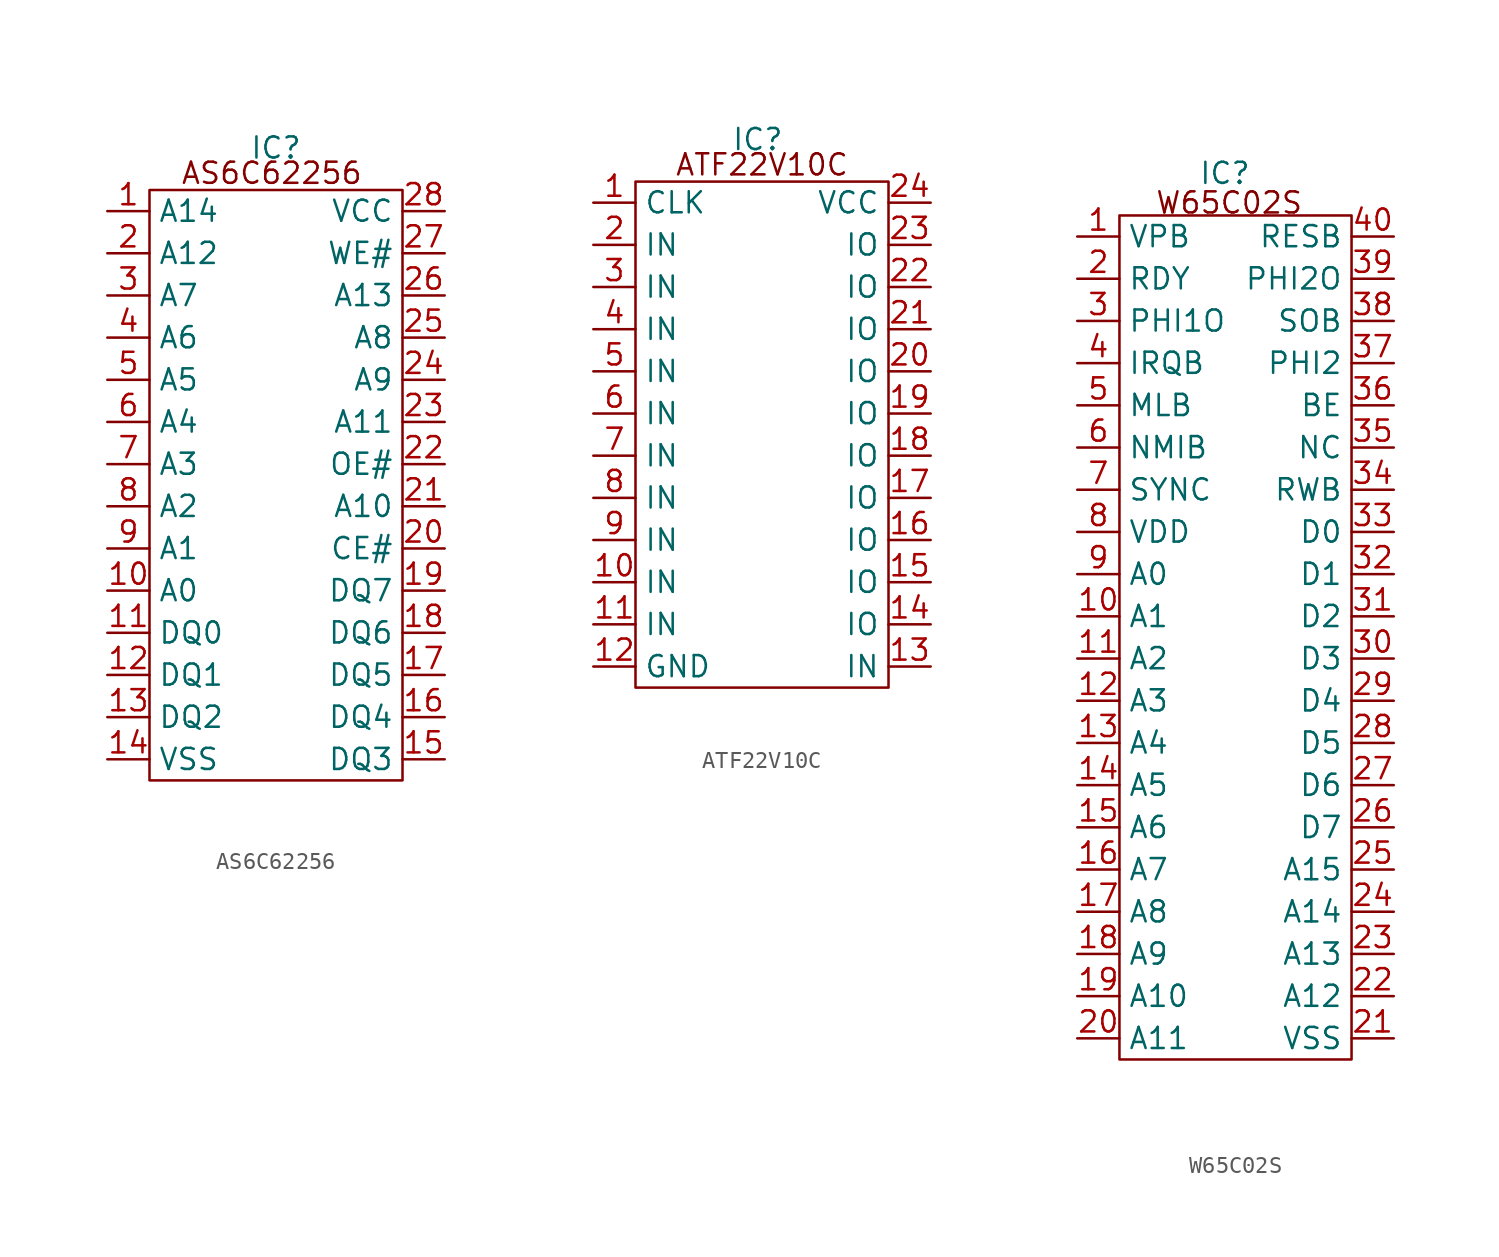
<source format=kicad_sym>
(kicad_symbol_lib
  (version 20241209)
  (generator "kicad_symbol_editor")
  (generator_version "9.0")
  (symbol "AS6C62256"
    (property "Reference" "IC"
      (at 0 0 0)
      (effects (font (size 1.27 1.27))))
    (property "Value" ""
      (at 0 0 0)
      (effects (font (size 1.27 1.27))))
    (symbol "AS6C62256_0_0"
      (pin unspecified line (at -10.16 -3.81 0) (length 2.54) (name "A14" (effects (font (size 1.27 1.27)))) (number "1" (effects (font (size 1.27 1.27)))))
      (pin unspecified line (at -10.16 -6.35 0) (length 2.54) (name "A12" (effects (font (size 1.27 1.27)))) (number "2" (effects (font (size 1.27 1.27)))))
      (pin unspecified line (at -10.16 -8.89 0) (length 2.54) (name "A7" (effects (font (size 1.27 1.27)))) (number "3" (effects (font (size 1.27 1.27)))))
      (pin unspecified line (at -10.16 -11.43 0) (length 2.54) (name "A6" (effects (font (size 1.27 1.27)))) (number "4" (effects (font (size 1.27 1.27)))))
      (pin unspecified line (at -10.16 -13.97 0) (length 2.54) (name "A5" (effects (font (size 1.27 1.27)))) (number "5" (effects (font (size 1.27 1.27)))))
      (pin unspecified line (at -10.16 -16.51 0) (length 2.54) (name "A4" (effects (font (size 1.27 1.27)))) (number "6" (effects (font (size 1.27 1.27)))))
      (pin unspecified line (at -10.16 -19.05 0) (length 2.54) (name "A3" (effects (font (size 1.27 1.27)))) (number "7" (effects (font (size 1.27 1.27)))))
      (pin unspecified line (at -10.16 -21.59 0) (length 2.54) (name "A2" (effects (font (size 1.27 1.27)))) (number "8" (effects (font (size 1.27 1.27)))))
      (pin unspecified line (at -10.16 -24.13 0) (length 2.54) (name "A1" (effects (font (size 1.27 1.27)))) (number "9" (effects (font (size 1.27 1.27)))))
      (pin unspecified line (at -10.16 -26.67 0) (length 2.54) (name "A0" (effects (font (size 1.27 1.27)))) (number "10" (effects (font (size 1.27 1.27)))))
      (pin unspecified line (at -10.16 -29.21 0) (length 2.54) (name "DQ0" (effects (font (size 1.27 1.27)))) (number "11" (effects (font (size 1.27 1.27)))))
      (pin unspecified line (at -10.16 -31.75 0) (length 2.54) (name "DQ1" (effects (font (size 1.27 1.27)))) (number "12" (effects (font (size 1.27 1.27)))))
      (pin unspecified line (at -10.16 -34.29 0) (length 2.54) (name "DQ2" (effects (font (size 1.27 1.27)))) (number "13" (effects (font (size 1.27 1.27)))))
      (pin unspecified line (at -10.16 -36.83 0) (length 2.54) (name "VSS" (effects (font (size 1.27 1.27)))) (number "14" (effects (font (size 1.27 1.27)))))
      (pin unspecified line (at 10.16 -3.81 180) (length 2.54) (name "VCC" (effects (font (size 1.27 1.27)))) (number "28" (effects (font (size 1.27 1.27)))))
      (pin unspecified line (at 10.16 -6.35 180) (length 2.54) (name "WE#" (effects (font (size 1.27 1.27)))) (number "27" (effects (font (size 1.27 1.27)))))
      (pin unspecified line (at 10.16 -8.89 180) (length 2.54) (name "A13" (effects (font (size 1.27 1.27)))) (number "26" (effects (font (size 1.27 1.27)))))
      (pin unspecified line (at 10.16 -11.43 180) (length 2.54) (name "A8" (effects (font (size 1.27 1.27)))) (number "25" (effects (font (size 1.27 1.27)))))
      (pin unspecified line (at 10.16 -13.97 180) (length 2.54) (name "A9" (effects (font (size 1.27 1.27)))) (number "24" (effects (font (size 1.27 1.27)))))
      (pin unspecified line (at 10.16 -16.51 180) (length 2.54) (name "A11" (effects (font (size 1.27 1.27)))) (number "23" (effects (font (size 1.27 1.27)))))
      (pin unspecified line (at 10.16 -19.05 180) (length 2.54) (name "OE#" (effects (font (size 1.27 1.27)))) (number "22" (effects (font (size 1.27 1.27)))))
      (pin unspecified line (at 10.16 -21.59 180) (length 2.54) (name "A10" (effects (font (size 1.27 1.27)))) (number "21" (effects (font (size 1.27 1.27)))))
      (pin unspecified line (at 10.16 -24.13 180) (length 2.54) (name "CE#" (effects (font (size 1.27 1.27)))) (number "20" (effects (font (size 1.27 1.27)))))
      (pin unspecified line (at 10.16 -26.67 180) (length 2.54) (name "DQ7" (effects (font (size 1.27 1.27)))) (number "19" (effects (font (size 1.27 1.27)))))
      (pin unspecified line (at 10.16 -29.21 180) (length 2.54) (name "DQ6" (effects (font (size 1.27 1.27)))) (number "18" (effects (font (size 1.27 1.27)))))
      (pin unspecified line (at 10.16 -31.75 180) (length 2.54) (name "DQ5" (effects (font (size 1.27 1.27)))) (number "17" (effects (font (size 1.27 1.27)))))
      (pin unspecified line (at 10.16 -34.29 180) (length 2.54) (name "DQ4" (effects (font (size 1.27 1.27)))) (number "16" (effects (font (size 1.27 1.27)))))
      (pin unspecified line (at 10.16 -36.83 180) (length 2.54) (name "DQ3" (effects (font (size 1.27 1.27)))) (number "15" (effects (font (size 1.27 1.27))))))
    (symbol "AS6C62256_0_1"
      (rectangle (start -7.62 -2.54) (end 7.62 -38.1) (stroke (width 0) (type default)) (fill (type none))))
    (symbol "AS6C62256_1_1"
      (text "AS6C62256" (at -0.254 -1.524 0) (effects (font (size 1.27 1.27))))))
  (symbol "ATF22V10C"
    (property "Reference" "IC"
      (at -0.254 0 0)
      (effects (font (size 1.27 1.27))))
    (property "Value" ""
      (at 0 0 0)
      (effects (font (size 1.27 1.27))))
    (symbol "ATF22V10C_0_0"
      (pin unspecified line (at -10.16 -3.81 0) (length 2.54) (name "CLK" (effects (font (size 1.27 1.27)))) (number "1" (effects (font (size 1.27 1.27)))))
      (pin unspecified line (at -10.16 -6.35 0) (length 2.54) (name "IN" (effects (font (size 1.27 1.27)))) (number "2" (effects (font (size 1.27 1.27)))))
      (pin unspecified line (at -10.16 -8.89 0) (length 2.54) (name "IN" (effects (font (size 1.27 1.27)))) (number "3" (effects (font (size 1.27 1.27)))))
      (pin unspecified line (at -10.16 -11.43 0) (length 2.54) (name "IN" (effects (font (size 1.27 1.27)))) (number "4" (effects (font (size 1.27 1.27)))))
      (pin unspecified line (at -10.16 -13.97 0) (length 2.54) (name "IN" (effects (font (size 1.27 1.27)))) (number "5" (effects (font (size 1.27 1.27)))))
      (pin unspecified line (at -10.16 -16.51 0) (length 2.54) (name "IN" (effects (font (size 1.27 1.27)))) (number "6" (effects (font (size 1.27 1.27)))))
      (pin unspecified line (at -10.16 -19.05 0) (length 2.54) (name "IN" (effects (font (size 1.27 1.27)))) (number "7" (effects (font (size 1.27 1.27)))))
      (pin unspecified line (at -10.16 -21.59 0) (length 2.54) (name "IN" (effects (font (size 1.27 1.27)))) (number "8" (effects (font (size 1.27 1.27)))))
      (pin unspecified line (at -10.16 -24.13 0) (length 2.54) (name "IN" (effects (font (size 1.27 1.27)))) (number "9" (effects (font (size 1.27 1.27)))))
      (pin unspecified line (at -10.16 -26.67 0) (length 2.54) (name "IN" (effects (font (size 1.27 1.27)))) (number "10" (effects (font (size 1.27 1.27)))))
      (pin unspecified line (at -10.16 -29.21 0) (length 2.54) (name "IN" (effects (font (size 1.27 1.27)))) (number "11" (effects (font (size 1.27 1.27)))))
      (pin unspecified line (at -10.16 -31.75 0) (length 2.54) (name "GND" (effects (font (size 1.27 1.27)))) (number "12" (effects (font (size 1.27 1.27)))))
      (pin unspecified line (at 10.16 -3.81 180) (length 2.54) (name "VCC" (effects (font (size 1.27 1.27)))) (number "24" (effects (font (size 1.27 1.27)))))
      (pin unspecified line (at 10.16 -6.35 180) (length 2.54) (name "IO" (effects (font (size 1.27 1.27)))) (number "23" (effects (font (size 1.27 1.27)))))
      (pin unspecified line (at 10.16 -8.89 180) (length 2.54) (name "IO" (effects (font (size 1.27 1.27)))) (number "22" (effects (font (size 1.27 1.27)))))
      (pin unspecified line (at 10.16 -11.43 180) (length 2.54) (name "IO" (effects (font (size 1.27 1.27)))) (number "21" (effects (font (size 1.27 1.27)))))
      (pin unspecified line (at 10.16 -13.97 180) (length 2.54) (name "IO" (effects (font (size 1.27 1.27)))) (number "20" (effects (font (size 1.27 1.27)))))
      (pin unspecified line (at 10.16 -16.51 180) (length 2.54) (name "IO" (effects (font (size 1.27 1.27)))) (number "19" (effects (font (size 1.27 1.27)))))
      (pin unspecified line (at 10.16 -19.05 180) (length 2.54) (name "IO" (effects (font (size 1.27 1.27)))) (number "18" (effects (font (size 1.27 1.27)))))
      (pin unspecified line (at 10.16 -21.59 180) (length 2.54) (name "IO" (effects (font (size 1.27 1.27)))) (number "17" (effects (font (size 1.27 1.27)))))
      (pin unspecified line (at 10.16 -24.13 180) (length 2.54) (name "IO" (effects (font (size 1.27 1.27)))) (number "16" (effects (font (size 1.27 1.27)))))
      (pin unspecified line (at 10.16 -26.67 180) (length 2.54) (name "IO" (effects (font (size 1.27 1.27)))) (number "15" (effects (font (size 1.27 1.27)))))
      (pin unspecified line (at 10.16 -29.21 180) (length 2.54) (name "IO" (effects (font (size 1.27 1.27)))) (number "14" (effects (font (size 1.27 1.27)))))
      (pin unspecified line (at 10.16 -31.75 180) (length 2.54) (name "IN" (effects (font (size 1.27 1.27)))) (number "13" (effects (font (size 1.27 1.27))))))
    (symbol "ATF22V10C_0_1"
      (rectangle (start -7.62 -2.54) (end 7.62 -33.02) (stroke (width 0) (type default)) (fill (type none))))
    (symbol "ATF22V10C_1_1"
      (text "ATF22V10C" (at 0 -1.524 0) (effects (font (size 1.27 1.27))))))
  (symbol "W65C02S"
    (property "Reference" "IC"
      (at 0 0 0)
      (effects (font (size 1.27 1.27))))
    (property "Value" ""
      (at 0 0 0)
      (effects (font (size 1.27 1.27))))
    (symbol "W65C02S_0_0"
      (pin unspecified line (at -8.89 -3.81 0) (length 2.54) (name "VPB" (effects (font (size 1.27 1.27)))) (number "1" (effects (font (size 1.27 1.27)))))
      (pin unspecified line (at -8.89 -6.35 0) (length 2.54) (name "RDY" (effects (font (size 1.27 1.27)))) (number "2" (effects (font (size 1.27 1.27)))))
      (pin unspecified line (at -8.89 -8.89 0) (length 2.54) (name "PHI1O" (effects (font (size 1.27 1.27)))) (number "3" (effects (font (size 1.27 1.27)))))
      (pin unspecified line (at -8.89 -11.43 0) (length 2.54) (name "IRQB" (effects (font (size 1.27 1.27)))) (number "4" (effects (font (size 1.27 1.27)))))
      (pin unspecified line (at -8.89 -13.97 0) (length 2.54) (name "MLB" (effects (font (size 1.27 1.27)))) (number "5" (effects (font (size 1.27 1.27)))))
      (pin unspecified line (at -8.89 -16.51 0) (length 2.54) (name "NMIB" (effects (font (size 1.27 1.27)))) (number "6" (effects (font (size 1.27 1.27)))))
      (pin unspecified line (at -8.89 -19.05 0) (length 2.54) (name "SYNC" (effects (font (size 1.27 1.27)))) (number "7" (effects (font (size 1.27 1.27)))))
      (pin unspecified line (at -8.89 -21.59 0) (length 2.54) (name "VDD" (effects (font (size 1.27 1.27)))) (number "8" (effects (font (size 1.27 1.27)))))
      (pin unspecified line (at -8.89 -24.13 0) (length 2.54) (name "A0" (effects (font (size 1.27 1.27)))) (number "9" (effects (font (size 1.27 1.27)))))
      (pin unspecified line (at -8.89 -26.67 0) (length 2.54) (name "A1" (effects (font (size 1.27 1.27)))) (number "10" (effects (font (size 1.27 1.27)))))
      (pin unspecified line (at -8.89 -29.21 0) (length 2.54) (name "A2" (effects (font (size 1.27 1.27)))) (number "11" (effects (font (size 1.27 1.27)))))
      (pin unspecified line (at -8.89 -31.75 0) (length 2.54) (name "A3" (effects (font (size 1.27 1.27)))) (number "12" (effects (font (size 1.27 1.27)))))
      (pin unspecified line (at -8.89 -34.29 0) (length 2.54) (name "A4" (effects (font (size 1.27 1.27)))) (number "13" (effects (font (size 1.27 1.27)))))
      (pin unspecified line (at -8.89 -36.83 0) (length 2.54) (name "A5" (effects (font (size 1.27 1.27)))) (number "14" (effects (font (size 1.27 1.27)))))
      (pin unspecified line (at -8.89 -39.37 0) (length 2.54) (name "A6" (effects (font (size 1.27 1.27)))) (number "15" (effects (font (size 1.27 1.27)))))
      (pin unspecified line (at -8.89 -41.91 0) (length 2.54) (name "A7" (effects (font (size 1.27 1.27)))) (number "16" (effects (font (size 1.27 1.27)))))
      (pin unspecified line (at -8.89 -44.45 0) (length 2.54) (name "A8" (effects (font (size 1.27 1.27)))) (number "17" (effects (font (size 1.27 1.27)))))
      (pin unspecified line (at -8.89 -46.99 0) (length 2.54) (name "A9" (effects (font (size 1.27 1.27)))) (number "18" (effects (font (size 1.27 1.27)))))
      (pin unspecified line (at -8.89 -49.53 0) (length 2.54) (name "A10" (effects (font (size 1.27 1.27)))) (number "19" (effects (font (size 1.27 1.27)))))
      (pin unspecified line (at -8.89 -52.07 0) (length 2.54) (name "A11" (effects (font (size 1.27 1.27)))) (number "20" (effects (font (size 1.27 1.27)))))
      (pin unspecified line (at 10.16 -3.81 180) (length 2.54) (name "RESB" (effects (font (size 1.27 1.27)))) (number "40" (effects (font (size 1.27 1.27)))))
      (pin unspecified line (at 10.16 -6.35 180) (length 2.54) (name "PHI2O" (effects (font (size 1.27 1.27)))) (number "39" (effects (font (size 1.27 1.27)))))
      (pin unspecified line (at 10.16 -8.89 180) (length 2.54) (name "SOB" (effects (font (size 1.27 1.27)))) (number "38" (effects (font (size 1.27 1.27)))))
      (pin unspecified line (at 10.16 -11.43 180) (length 2.54) (name "PHI2" (effects (font (size 1.27 1.27)))) (number "37" (effects (font (size 1.27 1.27)))))
      (pin unspecified line (at 10.16 -13.97 180) (length 2.54) (name "BE" (effects (font (size 1.27 1.27)))) (number "36" (effects (font (size 1.27 1.27)))))
      (pin unspecified line (at 10.16 -16.51 180) (length 2.54) (name "NC" (effects (font (size 1.27 1.27)))) (number "35" (effects (font (size 1.27 1.27)))))
      (pin unspecified line (at 10.16 -19.05 180) (length 2.54) (name "RWB" (effects (font (size 1.27 1.27)))) (number "34" (effects (font (size 1.27 1.27)))))
      (pin unspecified line (at 10.16 -21.59 180) (length 2.54) (name "D0" (effects (font (size 1.27 1.27)))) (number "33" (effects (font (size 1.27 1.27)))))
      (pin unspecified line (at 10.16 -24.13 180) (length 2.54) (name "D1" (effects (font (size 1.27 1.27)))) (number "32" (effects (font (size 1.27 1.27)))))
      (pin unspecified line (at 10.16 -26.67 180) (length 2.54) (name "D2" (effects (font (size 1.27 1.27)))) (number "31" (effects (font (size 1.27 1.27)))))
      (pin unspecified line (at 10.16 -29.21 180) (length 2.54) (name "D3" (effects (font (size 1.27 1.27)))) (number "30" (effects (font (size 1.27 1.27)))))
      (pin unspecified line (at 10.16 -31.75 180) (length 2.54) (name "D4" (effects (font (size 1.27 1.27)))) (number "29" (effects (font (size 1.27 1.27)))))
      (pin unspecified line (at 10.16 -34.29 180) (length 2.54) (name "D5" (effects (font (size 1.27 1.27)))) (number "28" (effects (font (size 1.27 1.27)))))
      (pin unspecified line (at 10.16 -36.83 180) (length 2.54) (name "D6" (effects (font (size 1.27 1.27)))) (number "27" (effects (font (size 1.27 1.27)))))
      (pin unspecified line (at 10.16 -39.37 180) (length 2.54) (name "D7" (effects (font (size 1.27 1.27)))) (number "26" (effects (font (size 1.27 1.27)))))
      (pin unspecified line (at 10.16 -41.91 180) (length 2.54) (name "A15" (effects (font (size 1.27 1.27)))) (number "25" (effects (font (size 1.27 1.27)))))
      (pin unspecified line (at 10.16 -44.45 180) (length 2.54) (name "A14" (effects (font (size 1.27 1.27)))) (number "24" (effects (font (size 1.27 1.27)))))
      (pin unspecified line (at 10.16 -46.99 180) (length 2.54) (name "A13" (effects (font (size 1.27 1.27)))) (number "23" (effects (font (size 1.27 1.27)))))
      (pin unspecified line (at 10.16 -49.53 180) (length 2.54) (name "A12" (effects (font (size 1.27 1.27)))) (number "22" (effects (font (size 1.27 1.27)))))
      (pin unspecified line (at 10.16 -52.07 180) (length 2.54) (name "VSS" (effects (font (size 1.27 1.27)))) (number "21" (effects (font (size 1.27 1.27))))))
    (symbol "W65C02S_0_1"
      (rectangle (start -6.35 -2.54) (end 7.62 -53.34) (stroke (width 0) (type default)) (fill (type none))))
    (symbol "W65C02S_1_1"
      (text "W65C02S" (at 0.254 -1.778 0) (effects (font (size 1.27 1.27)))))))
</source>
